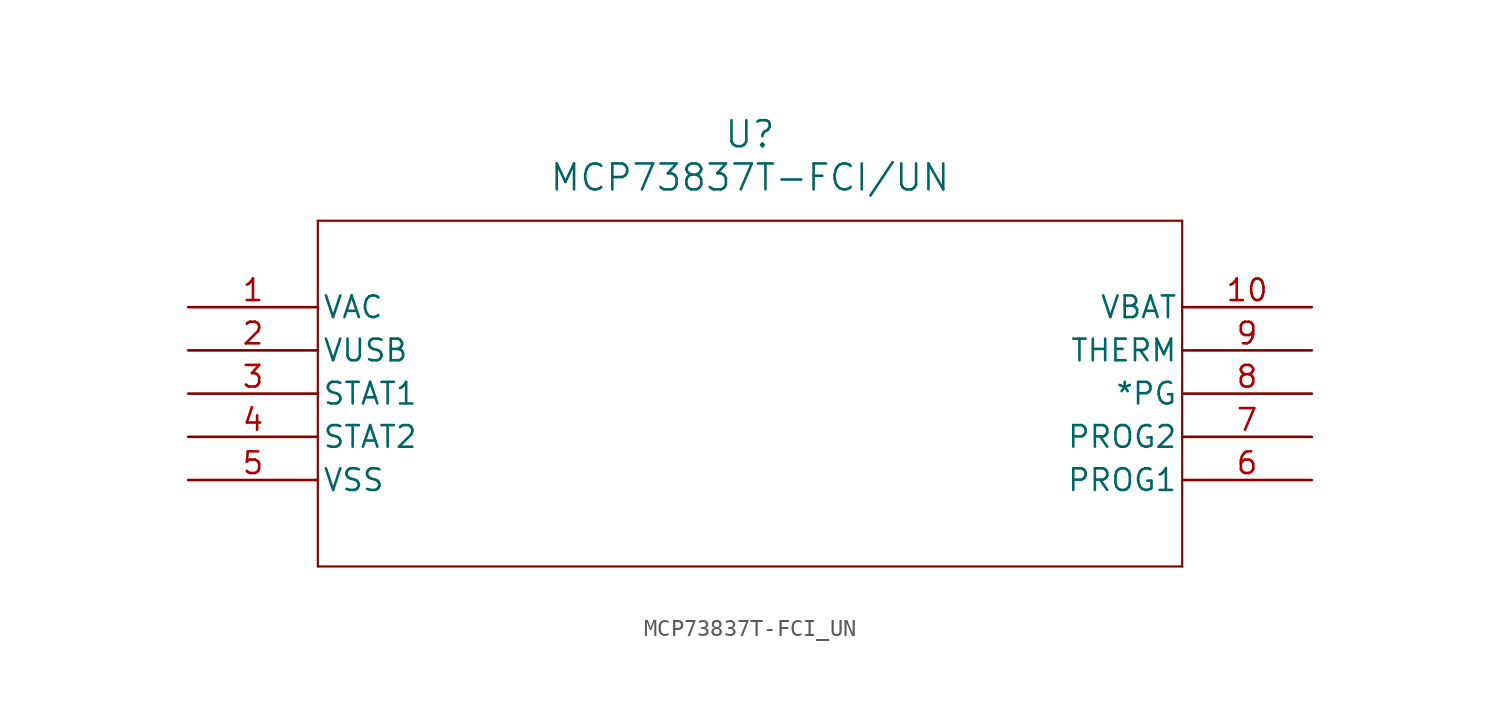
<source format=kicad_sym>
(kicad_symbol_lib
  (version 20211014)
  (generator kicad_symbol_editor)
  (symbol "MCP73837T-FCI_UN"
    (pin_names
      (offset 0.254))
    (property "Reference" "U"
      (at 33.02 10.16 0)
      (effects (font (size 1.524 1.524))))
    (property "Value" "MCP73837T-FCI/UN"
      (at 33.02 7.62 0)
      (effects (font (size 1.524 1.524))))
    (symbol "MCP73837T-FCI_UN_0_1"
      (polyline (pts (xy 7.62 5.08) (xy 7.62 -15.24)) (stroke (width 0.127) (type default) (color 0 0 0 0)) (fill (type none)))
      (polyline (pts (xy 7.62 -15.24) (xy 58.42 -15.24)) (stroke (width 0.127) (type default) (color 0 0 0 0)) (fill (type none)))
      (polyline (pts (xy 58.42 -15.24) (xy 58.42 5.08)) (stroke (width 0.127) (type default) (color 0 0 0 0)) (fill (type none)))
      (polyline (pts (xy 58.42 5.08) (xy 7.62 5.08)) (stroke (width 0.127) (type default) (color 0 0 0 0)) (fill (type none)))
      (pin unspecified line (at 0 0 0) (length 7.62) (name "VAC" (effects (font (size 1.27 1.27)))) (number "1" (effects (font (size 1.27 1.27)))))
      (pin unspecified line (at 0 -2.54 0) (length 7.62) (name "VUSB" (effects (font (size 1.27 1.27)))) (number "2" (effects (font (size 1.27 1.27)))))
      (pin unspecified line (at 0 -5.08 0) (length 7.62) (name "STAT1" (effects (font (size 1.27 1.27)))) (number "3" (effects (font (size 1.27 1.27)))))
      (pin unspecified line (at 0 -7.62 0) (length 7.62) (name "STAT2" (effects (font (size 1.27 1.27)))) (number "4" (effects (font (size 1.27 1.27)))))
      (pin unspecified line (at 0 -10.16 0) (length 7.62) (name "VSS" (effects (font (size 1.27 1.27)))) (number "5" (effects (font (size 1.27 1.27)))))
      (pin unspecified line (at 66.04 -10.16 180) (length 7.62) (name "PROG1" (effects (font (size 1.27 1.27)))) (number "6" (effects (font (size 1.27 1.27)))))
      (pin unspecified line (at 66.04 -7.62 180) (length 7.62) (name "PROG2" (effects (font (size 1.27 1.27)))) (number "7" (effects (font (size 1.27 1.27)))))
      (pin unspecified line (at 66.04 -5.08 180) (length 7.62) (name "*PG" (effects (font (size 1.27 1.27)))) (number "8" (effects (font (size 1.27 1.27)))))
      (pin unspecified line (at 66.04 -2.54 180) (length 7.62) (name "THERM" (effects (font (size 1.27 1.27)))) (number "9" (effects (font (size 1.27 1.27)))))
      (pin unspecified line (at 66.04 0 180) (length 7.62) (name "VBAT" (effects (font (size 1.27 1.27)))) (number "10" (effects (font (size 1.27 1.27))))))))
</source>
